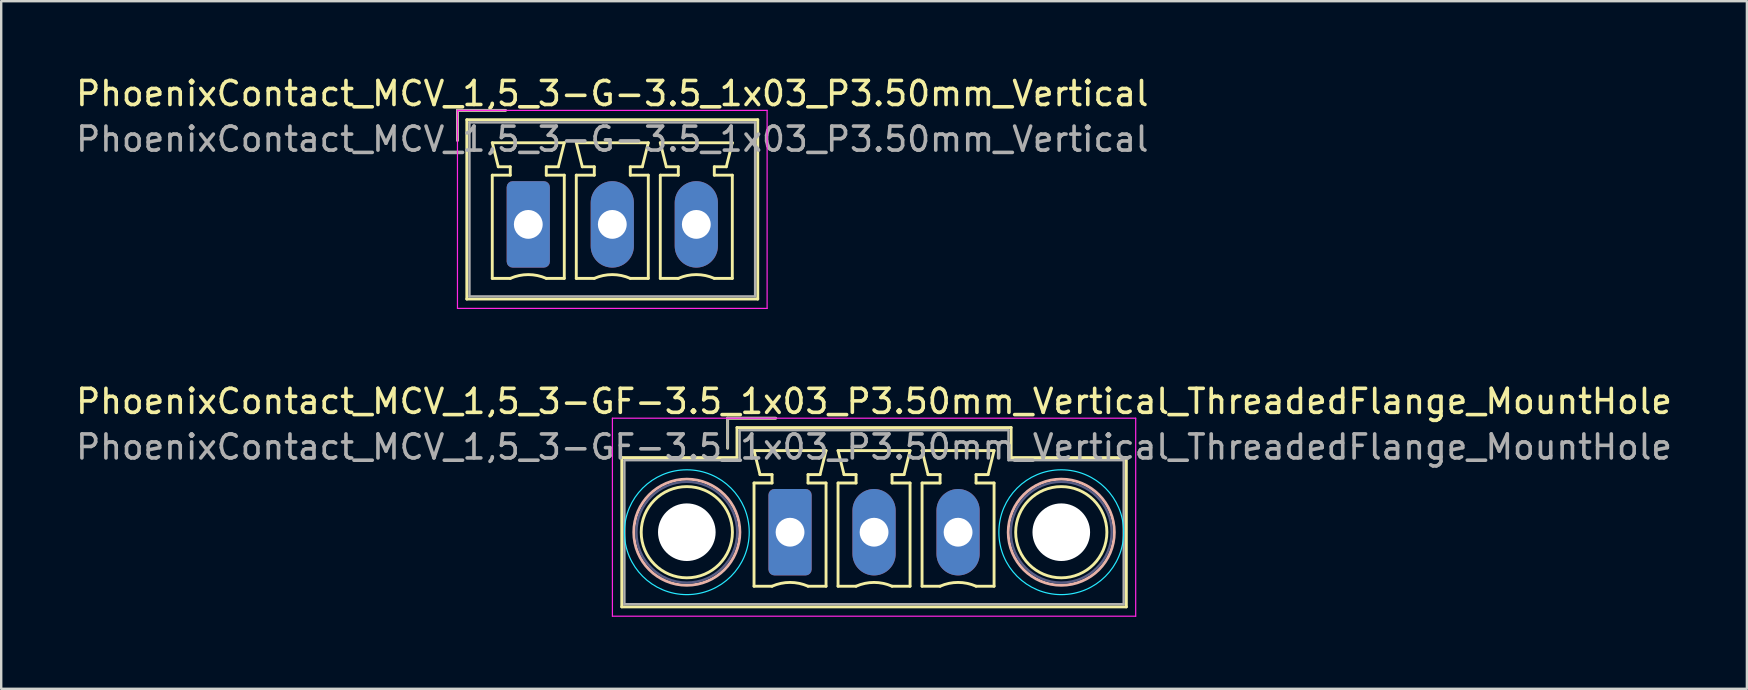
<source format=kicad_pcb>
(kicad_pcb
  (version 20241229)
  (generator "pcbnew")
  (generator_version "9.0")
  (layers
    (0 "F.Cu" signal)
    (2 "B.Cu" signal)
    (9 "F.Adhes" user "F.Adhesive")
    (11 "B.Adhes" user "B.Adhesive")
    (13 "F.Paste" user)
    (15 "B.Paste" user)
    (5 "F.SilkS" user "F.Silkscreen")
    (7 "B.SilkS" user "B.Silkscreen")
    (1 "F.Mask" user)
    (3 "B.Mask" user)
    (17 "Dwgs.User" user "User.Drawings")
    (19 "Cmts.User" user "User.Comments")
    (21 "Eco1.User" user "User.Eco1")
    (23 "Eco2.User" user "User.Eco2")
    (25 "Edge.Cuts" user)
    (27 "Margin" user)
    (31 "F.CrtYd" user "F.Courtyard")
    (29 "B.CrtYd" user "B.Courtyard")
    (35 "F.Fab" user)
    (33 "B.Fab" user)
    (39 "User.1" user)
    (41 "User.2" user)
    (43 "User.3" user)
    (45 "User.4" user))
  (footprint "PhoenixContact_MCV_1,5_3-G-3.5_1x03_P3.50mm_Vertical"
    (layer "F.Cu")
    (at 18.958 6.298)
    (property "Reference" "PhoenixContact_MCV_1,5_3-G-3.5_1x03_P3.50mm_Vertical" (at 3.5 -5.45 0) (layer "F.SilkS") (effects (font (size 1 1) (thickness 0.15))))
    (attr through_hole)
    (fp_line (start -2.95 -4.75) (end -0.95 -4.75) (stroke (width 0.12) (type solid)) (layer "F.SilkS"))
    (fp_line (start -2.95 -3.5) (end -2.95 -4.75) (stroke (width 0.12) (type solid)) (layer "F.SilkS"))
    (fp_line (start -2.56 -4.36) (end -2.56 3.11) (stroke (width 0.12) (type solid)) (layer "F.SilkS"))
    (fp_line (start -2.56 3.11) (end 9.56 3.11) (stroke (width 0.12) (type solid)) (layer "F.SilkS"))
    (fp_line (start -1.5 -3.4) (end 1.5 -3.4) (stroke (width 0.12) (type solid)) (layer "F.SilkS"))
    (fp_line (start -1.5 -2.05) (end -0.75 -2.05) (stroke (width 0.12) (type solid)) (layer "F.SilkS"))
    (fp_line (start -1.5 2.25) (end -1.5 -2.05) (stroke (width 0.12) (type solid)) (layer "F.SilkS"))
    (fp_line (start -1.25 -2.4) (end -1.5 -3.4) (stroke (width 0.12) (type solid)) (layer "F.SilkS"))
    (fp_line (start -0.75 -2.4) (end -1.25 -2.4) (stroke (width 0.12) (type solid)) (layer "F.SilkS"))
    (fp_line (start -0.75 -2.05) (end -0.75 -2.4) (stroke (width 0.12) (type solid)) (layer "F.SilkS"))
    (fp_line (start -0.75 2.25) (end -1.5 2.25) (stroke (width 0.12) (type solid)) (layer "F.SilkS"))
    (fp_line (start 0.75 -2.4) (end 0.75 -2.05) (stroke (width 0.12) (type solid)) (layer "F.SilkS"))
    (fp_line (start 0.75 -2.05) (end 1.5 -2.05) (stroke (width 0.12) (type solid)) (layer "F.SilkS"))
    (fp_line (start 1.25 -2.4) (end 0.75 -2.4) (stroke (width 0.12) (type solid)) (layer "F.SilkS"))
    (fp_line (start 1.5 -3.4) (end 1.25 -2.4) (stroke (width 0.12) (type solid)) (layer "F.SilkS"))
    (fp_line (start 1.5 -2.05) (end 1.5 2.25) (stroke (width 0.12) (type solid)) (layer "F.SilkS"))
    (fp_line (start 1.5 2.25) (end 0.75 2.25) (stroke (width 0.12) (type solid)) (layer "F.SilkS"))
    (fp_line (start 2 -3.4) (end 5 -3.4) (stroke (width 0.12) (type solid)) (layer "F.SilkS"))
    (fp_line (start 2 -2.05) (end 2.75 -2.05) (stroke (width 0.12) (type solid)) (layer "F.SilkS"))
    (fp_line (start 2 2.25) (end 2 -2.05) (stroke (width 0.12) (type solid)) (layer "F.SilkS"))
    (fp_line (start 2.25 -2.4) (end 2 -3.4) (stroke (width 0.12) (type solid)) (layer "F.SilkS"))
    (fp_line (start 2.75 -2.4) (end 2.25 -2.4) (stroke (width 0.12) (type solid)) (layer "F.SilkS"))
    (fp_line (start 2.75 -2.05) (end 2.75 -2.4) (stroke (width 0.12) (type solid)) (layer "F.SilkS"))
    (fp_line (start 2.75 2.25) (end 2 2.25) (stroke (width 0.12) (type solid)) (layer "F.SilkS"))
    (fp_line (start 4.25 -2.4) (end 4.25 -2.05) (stroke (width 0.12) (type solid)) (layer "F.SilkS"))
    (fp_line (start 4.25 -2.05) (end 5 -2.05) (stroke (width 0.12) (type solid)) (layer "F.SilkS"))
    (fp_line (start 4.75 -2.4) (end 4.25 -2.4) (stroke (width 0.12) (type solid)) (layer "F.SilkS"))
    (fp_line (start 5 -3.4) (end 4.75 -2.4) (stroke (width 0.12) (type solid)) (layer "F.SilkS"))
    (fp_line (start 5 -2.05) (end 5 2.25) (stroke (width 0.12) (type solid)) (layer "F.SilkS"))
    (fp_line (start 5 2.25) (end 4.25 2.25) (stroke (width 0.12) (type solid)) (layer "F.SilkS"))
    (fp_line (start 5.5 -3.4) (end 8.5 -3.4) (stroke (width 0.12) (type solid)) (layer "F.SilkS"))
    (fp_line (start 5.5 -2.05) (end 6.25 -2.05) (stroke (width 0.12) (type solid)) (layer "F.SilkS"))
    (fp_line (start 5.5 2.25) (end 5.5 -2.05) (stroke (width 0.12) (type solid)) (layer "F.SilkS"))
    (fp_line (start 5.75 -2.4) (end 5.5 -3.4) (stroke (width 0.12) (type solid)) (layer "F.SilkS"))
    (fp_line (start 6.25 -2.4) (end 5.75 -2.4) (stroke (width 0.12) (type solid)) (layer "F.SilkS"))
    (fp_line (start 6.25 -2.05) (end 6.25 -2.4) (stroke (width 0.12) (type solid)) (layer "F.SilkS"))
    (fp_line (start 6.25 2.25) (end 5.5 2.25) (stroke (width 0.12) (type solid)) (layer "F.SilkS"))
    (fp_line (start 7.75 -2.4) (end 7.75 -2.05) (stroke (width 0.12) (type solid)) (layer "F.SilkS"))
    (fp_line (start 7.75 -2.05) (end 8.5 -2.05) (stroke (width 0.12) (type solid)) (layer "F.SilkS"))
    (fp_line (start 8.25 -2.4) (end 7.75 -2.4) (stroke (width 0.12) (type solid)) (layer "F.SilkS"))
    (fp_line (start 8.5 -3.4) (end 8.25 -2.4) (stroke (width 0.12) (type solid)) (layer "F.SilkS"))
    (fp_line (start 8.5 -2.05) (end 8.5 2.25) (stroke (width 0.12) (type solid)) (layer "F.SilkS"))
    (fp_line (start 8.5 2.25) (end 7.75 2.25) (stroke (width 0.12) (type solid)) (layer "F.SilkS"))
    (fp_line (start 9.56 -4.36) (end -2.56 -4.36) (stroke (width 0.12) (type solid)) (layer "F.SilkS"))
    (fp_line (start 9.56 3.11) (end 9.56 -4.36) (stroke (width 0.12) (type solid)) (layer "F.SilkS"))
    (fp_arc (start -0.75 2.25) (mid -0.000193 2.09191) (end 0.749647 2.249844) (stroke (width 0.12) (type solid)) (layer "F.SilkS"))
    (fp_arc (start 2.75 2.25) (mid 3.499807 2.09191) (end 4.249647 2.249844) (stroke (width 0.12) (type solid)) (layer "F.SilkS"))
    (fp_arc (start 6.25 2.25) (mid 6.999807 2.09191) (end 7.749647 2.249844) (stroke (width 0.12) (type solid)) (layer "F.SilkS"))
    (fp_line (start -2.95 -4.75) (end -2.95 3.5) (stroke (width 0.05) (type solid)) (layer "F.CrtYd"))
    (fp_line (start -2.95 3.5) (end 9.95 3.5) (stroke (width 0.05) (type solid)) (layer "F.CrtYd"))
    (fp_line (start 9.95 -4.75) (end -2.95 -4.75) (stroke (width 0.05) (type solid)) (layer "F.CrtYd"))
    (fp_line (start 9.95 3.5) (end 9.95 -4.75) (stroke (width 0.05) (type solid)) (layer "F.CrtYd"))
    (fp_line (start -2.95 -4.75) (end -0.95 -4.75) (stroke (width 0.1) (type solid)) (layer "F.Fab"))
    (fp_line (start -2.95 -3.5) (end -2.95 -4.75) (stroke (width 0.1) (type solid)) (layer "F.Fab"))
    (fp_line (start -2.45 -4.25) (end -2.45 3) (stroke (width 0.1) (type solid)) (layer "F.Fab"))
    (fp_line (start -2.45 3) (end 9.45 3) (stroke (width 0.1) (type solid)) (layer "F.Fab"))
    (fp_line (start 9.45 -4.25) (end -2.45 -4.25) (stroke (width 0.1) (type solid)) (layer "F.Fab"))
    (fp_line (start 9.45 3) (end 9.45 -4.25) (stroke (width 0.1) (type solid)) (layer "F.Fab"))
    (fp_text user "${REFERENCE}" (at 3.5 -3.55 0) (layer "F.Fab") (effects (font (size 1 1) (thickness 0.15))))
    (pad "1" thru_hole roundrect (at 0 0) (size 1.8 3.6) (drill 1.2) (layers "*.Cu" "*.Mask") (roundrect_rratio 0.139))
    (pad "2" thru_hole oval (at 3.5 0) (size 1.8 3.6) (drill 1.2) (layers "*.Cu" "*.Mask"))
    (pad "3" thru_hole oval (at 7 0) (size 1.8 3.6) (drill 1.2) (layers "*.Cu" "*.Mask")))
  (footprint "PhoenixContact_MCV_1,5_3-GF-3.5_1x03_P3.50mm_Vertical_ThreadedFlange_MountHole"
    (layer "F.Cu")
    (at 29.863 19.122)
    (property "Reference" "PhoenixContact_MCV_1,5_3-GF-3.5_1x03_P3.50mm_Vertical_ThreadedFlange_MountHole" (at 3.5 -5.45 0) (layer "F.SilkS") (effects (font (size 1 1) (thickness 0.15))))
    (attr through_hole)
    (fp_line (start -7.01 -3.11) (end -7.01 3.11) (stroke (width 0.12) (type solid)) (layer "F.SilkS"))
    (fp_line (start -7.01 3.11) (end 14.01 3.11) (stroke (width 0.12) (type solid)) (layer "F.SilkS"))
    (fp_line (start -2.6 -4.75) (end -0.6 -4.75) (stroke (width 0.12) (type solid)) (layer "F.SilkS"))
    (fp_line (start -2.6 -3.5) (end -2.6 -4.75) (stroke (width 0.12) (type solid)) (layer "F.SilkS"))
    (fp_line (start -2.21 -4.36) (end -2.21 -3.11) (stroke (width 0.12) (type solid)) (layer "F.SilkS"))
    (fp_line (start -2.21 -3.11) (end -7.01 -3.11) (stroke (width 0.12) (type solid)) (layer "F.SilkS"))
    (fp_line (start -1.5 -3.4) (end 1.5 -3.4) (stroke (width 0.12) (type solid)) (layer "F.SilkS"))
    (fp_line (start -1.5 -2.05) (end -0.75 -2.05) (stroke (width 0.12) (type solid)) (layer "F.SilkS"))
    (fp_line (start -1.5 2.25) (end -1.5 -2.05) (stroke (width 0.12) (type solid)) (layer "F.SilkS"))
    (fp_line (start -1.25 -2.4) (end -1.5 -3.4) (stroke (width 0.12) (type solid)) (layer "F.SilkS"))
    (fp_line (start -0.75 -2.4) (end -1.25 -2.4) (stroke (width 0.12) (type solid)) (layer "F.SilkS"))
    (fp_line (start -0.75 -2.05) (end -0.75 -2.4) (stroke (width 0.12) (type solid)) (layer "F.SilkS"))
    (fp_line (start -0.75 2.25) (end -1.5 2.25) (stroke (width 0.12) (type solid)) (layer "F.SilkS"))
    (fp_line (start 0.75 -2.4) (end 0.75 -2.05) (stroke (width 0.12) (type solid)) (layer "F.SilkS"))
    (fp_line (start 0.75 -2.05) (end 1.5 -2.05) (stroke (width 0.12) (type solid)) (layer "F.SilkS"))
    (fp_line (start 1.25 -2.4) (end 0.75 -2.4) (stroke (width 0.12) (type solid)) (layer "F.SilkS"))
    (fp_line (start 1.5 -3.4) (end 1.25 -2.4) (stroke (width 0.12) (type solid)) (layer "F.SilkS"))
    (fp_line (start 1.5 -2.05) (end 1.5 2.25) (stroke (width 0.12) (type solid)) (layer "F.SilkS"))
    (fp_line (start 1.5 2.25) (end 0.75 2.25) (stroke (width 0.12) (type solid)) (layer "F.SilkS"))
    (fp_line (start 2 -3.4) (end 5 -3.4) (stroke (width 0.12) (type solid)) (layer "F.SilkS"))
    (fp_line (start 2 -2.05) (end 2.75 -2.05) (stroke (width 0.12) (type solid)) (layer "F.SilkS"))
    (fp_line (start 2 2.25) (end 2 -2.05) (stroke (width 0.12) (type solid)) (layer "F.SilkS"))
    (fp_line (start 2.25 -2.4) (end 2 -3.4) (stroke (width 0.12) (type solid)) (layer "F.SilkS"))
    (fp_line (start 2.75 -2.4) (end 2.25 -2.4) (stroke (width 0.12) (type solid)) (layer "F.SilkS"))
    (fp_line (start 2.75 -2.05) (end 2.75 -2.4) (stroke (width 0.12) (type solid)) (layer "F.SilkS"))
    (fp_line (start 2.75 2.25) (end 2 2.25) (stroke (width 0.12) (type solid)) (layer "F.SilkS"))
    (fp_line (start 4.25 -2.4) (end 4.25 -2.05) (stroke (width 0.12) (type solid)) (layer "F.SilkS"))
    (fp_line (start 4.25 -2.05) (end 5 -2.05) (stroke (width 0.12) (type solid)) (layer "F.SilkS"))
    (fp_line (start 4.75 -2.4) (end 4.25 -2.4) (stroke (width 0.12) (type solid)) (layer "F.SilkS"))
    (fp_line (start 5 -3.4) (end 4.75 -2.4) (stroke (width 0.12) (type solid)) (layer "F.SilkS"))
    (fp_line (start 5 -2.05) (end 5 2.25) (stroke (width 0.12) (type solid)) (layer "F.SilkS"))
    (fp_line (start 5 2.25) (end 4.25 2.25) (stroke (width 0.12) (type solid)) (layer "F.SilkS"))
    (fp_line (start 5.5 -3.4) (end 8.5 -3.4) (stroke (width 0.12) (type solid)) (layer "F.SilkS"))
    (fp_line (start 5.5 -2.05) (end 6.25 -2.05) (stroke (width 0.12) (type solid)) (layer "F.SilkS"))
    (fp_line (start 5.5 2.25) (end 5.5 -2.05) (stroke (width 0.12) (type solid)) (layer "F.SilkS"))
    (fp_line (start 5.75 -2.4) (end 5.5 -3.4) (stroke (width 0.12) (type solid)) (layer "F.SilkS"))
    (fp_line (start 6.25 -2.4) (end 5.75 -2.4) (stroke (width 0.12) (type solid)) (layer "F.SilkS"))
    (fp_line (start 6.25 -2.05) (end 6.25 -2.4) (stroke (width 0.12) (type solid)) (layer "F.SilkS"))
    (fp_line (start 6.25 2.25) (end 5.5 2.25) (stroke (width 0.12) (type solid)) (layer "F.SilkS"))
    (fp_line (start 7.75 -2.4) (end 7.75 -2.05) (stroke (width 0.12) (type solid)) (layer "F.SilkS"))
    (fp_line (start 7.75 -2.05) (end 8.5 -2.05) (stroke (width 0.12) (type solid)) (layer "F.SilkS"))
    (fp_line (start 8.25 -2.4) (end 7.75 -2.4) (stroke (width 0.12) (type solid)) (layer "F.SilkS"))
    (fp_line (start 8.5 -3.4) (end 8.25 -2.4) (stroke (width 0.12) (type solid)) (layer "F.SilkS"))
    (fp_line (start 8.5 -2.05) (end 8.5 2.25) (stroke (width 0.12) (type solid)) (layer "F.SilkS"))
    (fp_line (start 8.5 2.25) (end 7.75 2.25) (stroke (width 0.12) (type solid)) (layer "F.SilkS"))
    (fp_line (start 9.21 -4.36) (end -2.21 -4.36) (stroke (width 0.12) (type solid)) (layer "F.SilkS"))
    (fp_line (start 9.21 -3.11) (end 9.21 -4.36) (stroke (width 0.12) (type solid)) (layer "F.SilkS"))
    (fp_line (start 14.01 -3.11) (end 9.21 -3.11) (stroke (width 0.12) (type solid)) (layer "F.SilkS"))
    (fp_line (start 14.01 3.11) (end 14.01 -3.11) (stroke (width 0.12) (type solid)) (layer "F.SilkS"))
    (fp_arc (start -0.75 2.25) (mid -0.000193 2.09191) (end 0.749647 2.249844) (stroke (width 0.12) (type solid)) (layer "F.SilkS"))
    (fp_arc (start 2.75 2.25) (mid 3.499807 2.09191) (end 4.249647 2.249844) (stroke (width 0.12) (type solid)) (layer "F.SilkS"))
    (fp_arc (start 6.25 2.25) (mid 6.999807 2.09191) (end 7.749647 2.249844) (stroke (width 0.12) (type solid)) (layer "F.SilkS"))
    (fp_circle (center -4.3 0) (end -2.4 0) (stroke (width 0.12) (type solid)) (fill no) (layer "F.SilkS"))
    (fp_circle (center 11.3 0) (end 13.2 0) (stroke (width 0.12) (type solid)) (fill no) (layer "F.SilkS"))
    (fp_circle (center -4.3 0) (end -2.09 0) (stroke (width 0.12) (type solid)) (fill no) (layer "B.SilkS"))
    (fp_circle (center 11.3 0) (end 13.51 0) (stroke (width 0.12) (type solid)) (fill no) (layer "B.SilkS"))
    (fp_circle (center -4.3 0) (end -1.7 0) (stroke (width 0.05) (type solid)) (fill no) (layer "B.CrtYd"))
    (fp_circle (center 11.3 0) (end 13.9 0) (stroke (width 0.05) (type solid)) (fill no) (layer "B.CrtYd"))
    (fp_line (start -7.4 -4.75) (end -7.4 3.5) (stroke (width 0.05) (type solid)) (layer "F.CrtYd"))
    (fp_line (start -7.4 3.5) (end 14.4 3.5) (stroke (width 0.05) (type solid)) (layer "F.CrtYd"))
    (fp_line (start 14.4 -4.75) (end -7.4 -4.75) (stroke (width 0.05) (type solid)) (layer "F.CrtYd"))
    (fp_line (start 14.4 3.5) (end 14.4 -4.75) (stroke (width 0.05) (type solid)) (layer "F.CrtYd"))
    (fp_circle (center -4.3 0) (end -2.2 0) (stroke (width 0.1) (type solid)) (fill no) (layer "B.Fab"))
    (fp_circle (center 11.3 0) (end 13.4 0) (stroke (width 0.1) (type solid)) (fill no) (layer "B.Fab"))
    (fp_line (start -6.9 -3) (end -6.9 3) (stroke (width 0.1) (type solid)) (layer "F.Fab"))
    (fp_line (start -6.9 3) (end 13.9 3) (stroke (width 0.1) (type solid)) (layer "F.Fab"))
    (fp_line (start -2.6 -4.75) (end -0.6 -4.75) (stroke (width 0.1) (type solid)) (layer "F.Fab"))
    (fp_line (start -2.6 -3.5) (end -2.6 -4.75) (stroke (width 0.1) (type solid)) (layer "F.Fab"))
    (fp_line (start -2.1 -4.25) (end -2.1 -3) (stroke (width 0.1) (type solid)) (layer "F.Fab"))
    (fp_line (start -2.1 -3) (end -6.9 -3) (stroke (width 0.1) (type solid)) (layer "F.Fab"))
    (fp_line (start 9.1 -4.25) (end -2.1 -4.25) (stroke (width 0.1) (type solid)) (layer "F.Fab"))
    (fp_line (start 9.1 -3) (end 9.1 -4.25) (stroke (width 0.1) (type solid)) (layer "F.Fab"))
    (fp_line (start 13.9 -3) (end 9.1 -3) (stroke (width 0.1) (type solid)) (layer "F.Fab"))
    (fp_line (start 13.9 3) (end 13.9 -3) (stroke (width 0.1) (type solid)) (layer "F.Fab"))
    (fp_text user "${REFERENCE}" (at 3.5 -3.55 0) (layer "F.Fab") (effects (font (size 1 1) (thickness 0.15))))
    (pad "" np_thru_hole circle (at -4.3 0) (size 2.4 2.4) (drill 2.4) (layers "*.Cu" "*.Mask"))
    (pad "" np_thru_hole circle (at 11.3 0) (size 2.4 2.4) (drill 2.4) (layers "*.Cu" "*.Mask"))
    (pad "1" thru_hole roundrect (at 0 0) (size 1.8 3.6) (drill 1.2) (layers "*.Cu" "*.Mask") (roundrect_rratio 0.139))
    (pad "2" thru_hole oval (at 3.5 0) (size 1.8 3.6) (drill 1.2) (layers "*.Cu" "*.Mask"))
    (pad "3" thru_hole oval (at 7 0) (size 1.8 3.6) (drill 1.2) (layers "*.Cu" "*.Mask")))
  (gr_rect
    (start -3 -3)
    (end 69.726 25.646)
    (stroke (width 0.1) (type default))
    (fill no)
    (layer "Edge.Cuts")))
</source>
